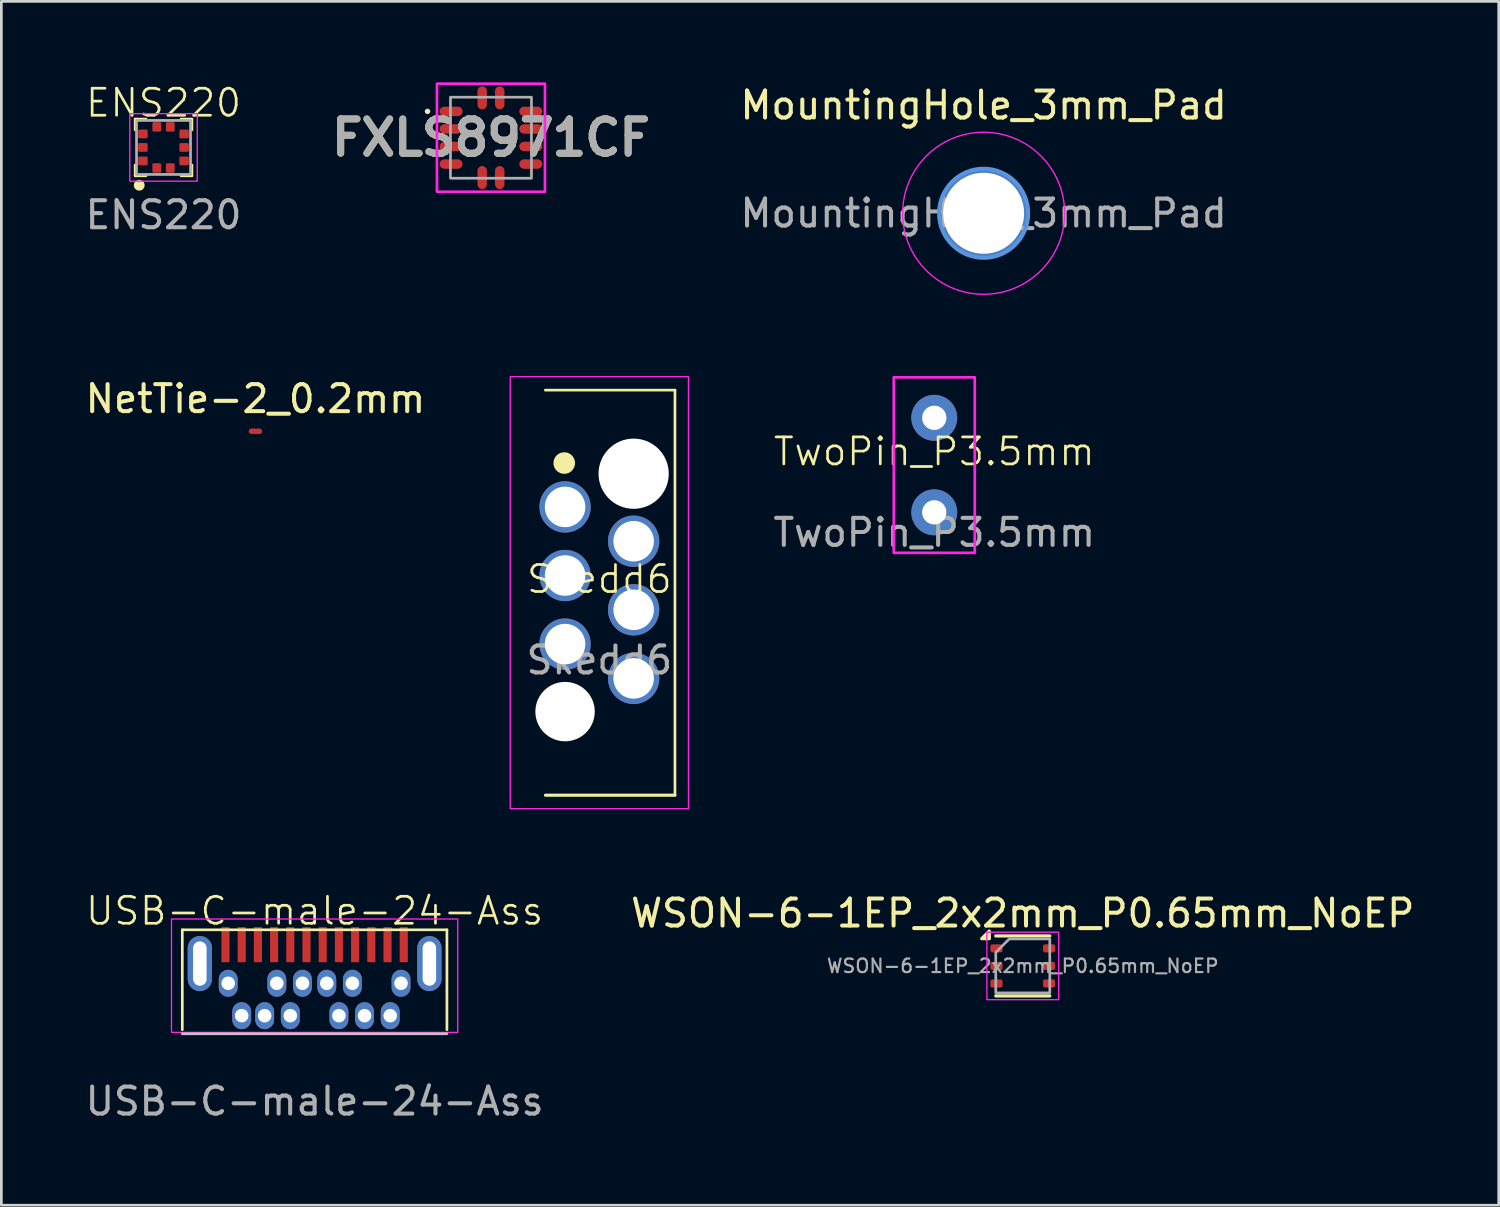
<source format=kicad_pcb>
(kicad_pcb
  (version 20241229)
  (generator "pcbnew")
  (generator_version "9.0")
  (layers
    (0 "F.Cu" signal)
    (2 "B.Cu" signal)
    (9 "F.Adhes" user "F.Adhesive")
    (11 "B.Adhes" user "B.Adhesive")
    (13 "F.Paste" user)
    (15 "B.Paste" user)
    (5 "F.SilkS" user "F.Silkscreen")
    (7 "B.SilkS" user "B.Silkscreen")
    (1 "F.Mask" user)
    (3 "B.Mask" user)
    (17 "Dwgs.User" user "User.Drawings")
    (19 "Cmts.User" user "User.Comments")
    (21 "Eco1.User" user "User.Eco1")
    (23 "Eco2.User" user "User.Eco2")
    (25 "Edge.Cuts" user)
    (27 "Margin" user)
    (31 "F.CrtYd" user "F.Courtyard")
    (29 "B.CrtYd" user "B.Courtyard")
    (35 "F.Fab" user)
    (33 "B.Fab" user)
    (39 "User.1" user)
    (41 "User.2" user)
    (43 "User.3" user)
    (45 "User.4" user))
  (footprint "TwoPin_P3.5mm"
    (layer "F.Cu")
    (at 31.549 14.173)
    (property "Reference" "TwoPin_P3.5mm" (at 0 -0.5 0) (unlocked yes) (layer "F.SilkS") (effects (font (size 1 1) (thickness 0.1))))
    (attr smd)
    (fp_rect (start -1.5 -3.25) (end 1.5 3.25) (stroke (width 0.1) (type default)) (fill no) (layer "F.CrtYd"))
    (fp_text user "${REFERENCE}" (at 0 2.5 0) (unlocked yes) (layer "F.Fab") (effects (font (size 1 1) (thickness 0.15))))
    (pad "1" thru_hole circle (at 0 -1.75) (size 1.7 1.7) (drill 0.9) (layers "*.Cu" "F.Mask" "F.Paste"))
    (pad "2" thru_hole circle (at 0 1.75) (size 1.7 1.7) (drill 0.9) (layers "*.Cu" "F.Mask" "F.Paste")))
  (footprint "ENS220"
    (layer "F.Cu")
    (at 3.006 2.41)
    (property "Reference" "ENS220" (at 0 -1.65 0) (unlocked yes) (layer "F.SilkS") (effects (font (size 1 1) (thickness 0.1))))
    (attr smd)
    (fp_line (start -1.05 -1.05) (end -0.65 -1.05) (stroke (width 0.1) (type default)) (layer "F.SilkS"))
    (fp_line (start -1.05 -0.65) (end -1.05 -1.05) (stroke (width 0.1) (type default)) (layer "F.SilkS"))
    (fp_line (start -1.05 1.05) (end -1.05 0.65) (stroke (width 0.1) (type default)) (layer "F.SilkS"))
    (fp_line (start -0.65 1.05) (end -1.05 1.05) (stroke (width 0.1) (type default)) (layer "F.SilkS"))
    (fp_line (start 0.65 -1.05) (end 1.05 -1.05) (stroke (width 0.1) (type default)) (layer "F.SilkS"))
    (fp_line (start 1.05 -1.05) (end 1.05 -0.65) (stroke (width 0.1) (type default)) (layer "F.SilkS"))
    (fp_line (start 1.05 0.65) (end 1.05 1.05) (stroke (width 0.1) (type default)) (layer "F.SilkS"))
    (fp_line (start 1.05 1.05) (end 0.65 1.05) (stroke (width 0.1) (type default)) (layer "F.SilkS"))
    (fp_circle (center -0.9 1.4) (end -0.9 1.2) (stroke (width 0) (type default)) (fill yes) (layer "F.SilkS"))
    (fp_rect (start -1.25 -1.25) (end 1.25 1.25) (stroke (width 0.05) (type default)) (fill no) (layer "F.CrtYd"))
    (fp_rect (start -1 -1) (end 1 1) (stroke (width 0.1) (type default)) (fill no) (layer "F.Fab"))
    (fp_text user "${REFERENCE}" (at 0 2.5 0) (unlocked yes) (layer "F.Fab") (effects (font (size 1 1) (thickness 0.15))))
    (pad "1" smd roundrect (at -0.25 0.762 90) (size 0.35 0.325) (layers "F.Cu" "F.Mask" "F.Paste") (roundrect_rratio 0.15))
    (pad "2" smd roundrect (at 0.25 0.762 90) (size 0.35 0.325) (layers "F.Cu" "F.Mask" "F.Paste") (roundrect_rratio 0.15))
    (pad "3" smd roundrect (at 0.762 0.5) (size 0.35 0.325) (layers "F.Cu" "F.Mask" "F.Paste") (roundrect_rratio 0.15))
    (pad "4" smd roundrect (at 0.762 0) (size 0.35 0.325) (layers "F.Cu" "F.Mask" "F.Paste") (roundrect_rratio 0.15))
    (pad "5" smd roundrect (at 0.762 -0.5) (size 0.35 0.325) (layers "F.Cu" "F.Mask" "F.Paste") (roundrect_rratio 0.15))
    (pad "6" smd roundrect (at 0.25 -0.762 90) (size 0.35 0.325) (layers "F.Cu" "F.Mask" "F.Paste") (roundrect_rratio 0.15))
    (pad "7" smd roundrect (at -0.25 -0.762 90) (size 0.35 0.325) (layers "F.Cu" "F.Mask" "F.Paste") (roundrect_rratio 0.15))
    (pad "8" smd roundrect (at -0.762 -0.5) (size 0.35 0.325) (layers "F.Cu" "F.Mask" "F.Paste") (roundrect_rratio 0.15))
    (pad "9" smd roundrect (at -0.762 0) (size 0.35 0.325) (layers "F.Cu" "F.Mask" "F.Paste") (roundrect_rratio 0.15))
    (pad "10" smd roundrect (at -0.762 0.5) (size 0.35 0.325) (layers "F.Cu" "F.Mask" "F.Paste") (roundrect_rratio 0.15)))
  (footprint "MountingHole_3mm_Pad"
    (layer "F.Cu")
    (at 33.377 4.848)
    (property "Reference" "MountingHole_3mm_Pad" (at 0 -4 0) (layer "F.SilkS") (effects (font (size 1 1) (thickness 0.15))))
    (attr exclude_from_pos_files exclude_from_bom)
    (fp_circle (center 0 0) (end 1.65 0) (stroke (width 0.15) (type solid)) (fill no) (layer "Cmts.User"))
    (fp_circle (center 0 0) (end 3 0) (stroke (width 0.05) (type solid)) (fill no) (layer "F.CrtYd"))
    (fp_text user "${REFERENCE}" (at 0 0 0) (layer "F.Fab") (effects (font (size 1 1) (thickness 0.15))))
    (pad "1" thru_hole circle (at 0 0) (size 3.3 3.3) (drill 3) (layers "*.Cu" "*.Mask")))
  (footprint "USB-C-male-24-Ass"
    (layer "F.Cu")
    (at 8.601 35.234)
    (property "Reference" "USB-C-male-24-Ass" (at 0 -4.55 0) (unlocked yes) (layer "F.SilkS") (effects (font (size 1 1) (thickness 0.1))))
    (attr through_hole)
    (fp_line (start -4.9 -3.85) (end 4.9 -3.85) (stroke (width 0.1) (type default)) (layer "F.SilkS"))
    (fp_line (start -4.9 -0.15) (end -4.9 -3.85) (stroke (width 0.1) (type default)) (layer "F.SilkS"))
    (fp_line (start 4.9 -3.85) (end 4.9 -0.15) (stroke (width 0.1) (type default)) (layer "F.SilkS"))
    (fp_line (start -4.9 0) (end 4.9 0) (stroke (width 0.1) (type default)) (layer "Dwgs.User"))
    (fp_rect (start -5.3 -4.25) (end 5.3 -0.05) (stroke (width 0.05) (type default)) (fill no) (layer "F.CrtYd"))
    (fp_line (start -3.8 -3.7) (end 3.8 -3.7) (stroke (width 0.1) (type default)) (layer "User.4"))
    (fp_text user "${REFERENCE}" (at 0 2.5 0) (unlocked yes) (layer "F.Fab") (effects (font (size 1 1) (thickness 0.15))))
    (pad "2" thru_hole oval (at -4.25 -2.6) (size 0.9 2.04) (drill oval 0.5 1.64) (layers "*.Cu" "*.Mask"))
    (pad "2" thru_hole oval (at 4.25 -2.6) (size 0.9 2.04) (drill oval 0.5 1.64) (layers "*.Cu" "*.Mask"))
    (pad "A1" smd rect (at 3.3 -3.3) (size 0.3 1.3) (layers "F.Cu" "F.Mask" "F.Paste"))
    (pad "A2" smd rect (at 2.7 -3.3) (size 0.3 1.3) (layers "F.Cu" "F.Mask" "F.Paste"))
    (pad "A3" smd rect (at 2.1 -3.3) (size 0.3 1.3) (layers "F.Cu" "F.Mask" "F.Paste"))
    (pad "A4" smd rect (at 1.5 -3.3) (size 0.3 1.3) (layers "F.Cu" "F.Mask" "F.Paste"))
    (pad "A5" smd rect (at 0.9 -3.3) (size 0.3 1.3) (layers "F.Cu" "F.Mask" "F.Paste"))
    (pad "A6" smd rect (at 0.3 -3.3) (size 0.3 1.3) (layers "F.Cu" "F.Mask" "F.Paste"))
    (pad "A7" smd rect (at -0.3 -3.3) (size 0.3 1.3) (layers "F.Cu" "F.Mask" "F.Paste"))
    (pad "A8" smd rect (at -0.9 -3.3) (size 0.3 1.3) (layers "F.Cu" "F.Mask" "F.Paste"))
    (pad "A9" smd rect (at -1.5 -3.3) (size 0.3 1.3) (layers "F.Cu" "F.Mask" "F.Paste"))
    (pad "A10" smd rect (at -2.1 -3.3) (size 0.3 1.3) (layers "F.Cu" "F.Mask" "F.Paste"))
    (pad "A11" smd rect (at -2.7 -3.3) (size 0.3 1.3) (layers "F.Cu" "F.Mask" "F.Paste"))
    (pad "A12" smd rect (at -3.3 -3.3) (size 0.3 1.3) (layers "F.Cu" "F.Mask" "F.Paste"))
    (pad "B1" thru_hole oval (at -3.2 -1.87) (size 0.7 1) (drill 0.5) (layers "*.Cu" "*.Mask"))
    (pad "B2" thru_hole oval (at -2.7 -0.67) (size 0.7 1) (drill 0.5) (layers "*.Cu" "*.Mask"))
    (pad "B3" thru_hole oval (at -1.85 -0.67) (size 0.7 1) (drill 0.5) (layers "*.Cu" "*.Mask"))
    (pad "B4" thru_hole oval (at -1.4 -1.87) (size 0.7 1) (drill 0.5) (layers "*.Cu" "*.Mask"))
    (pad "B5" thru_hole oval (at -0.9 -0.67) (size 0.7 1) (drill 0.5) (layers "*.Cu" "*.Mask"))
    (pad "B6" thru_hole oval (at -0.45 -1.87) (size 0.7 1) (drill 0.5) (layers "*.Cu" "*.Mask"))
    (pad "B7" thru_hole oval (at 0.45 -1.87) (size 0.7 1) (drill 0.5) (layers "*.Cu" "*.Mask"))
    (pad "B8" thru_hole oval (at 0.9 -0.67) (size 0.7 1) (drill 0.5) (layers "*.Cu" "*.Mask"))
    (pad "B9" thru_hole oval (at 1.4 -1.87) (size 0.7 1) (drill 0.5) (layers "*.Cu" "*.Mask"))
    (pad "B10" thru_hole oval (at 1.85 -0.67) (size 0.7 1) (drill 0.5) (layers "*.Cu" "*.Mask"))
    (pad "B11" thru_hole oval (at 2.8 -0.67) (size 0.7 1) (drill 0.5) (layers "*.Cu" "*.Mask"))
    (pad "B12" thru_hole oval (at 3.2 -1.87) (size 0.7 1) (drill 0.5) (layers "*.Cu" "*.Mask")))
  (footprint "FXLS8971CF"
    (layer "F.Cu")
    (at 15.132 2.05)
    (property "Reference" "FXLS8971CF" (at 0 0 0) (layer "F.SilkS") (effects (font (size 1.27 1.27) (thickness 0.254))))
    (attr smd)
    (fp_arc (start -2.4 -0.975) (mid -2.35 -1.025) (end -2.3 -0.975) (stroke (width 0.1) (type solid)) (layer "F.SilkS"))
    (fp_arc (start -2.3 -0.975) (mid -2.35 -0.925) (end -2.4 -0.975) (stroke (width 0.1) (type solid)) (layer "F.SilkS"))
    (fp_rect (start -2 -2) (end 2 2) (stroke (width 0.1) (type solid)) (fill no) (layer "F.CrtYd"))
    (fp_rect (start -1.5 -1.5) (end 1.5 1.5) (stroke (width 0.1) (type solid)) (fill no) (layer "F.Fab"))
    (fp_text user "${REFERENCE}" (at 0 0 0) (layer "F.Fab") (effects (font (size 1.27 1.27) (thickness 0.254))))
    (pad "1" smd oval (at -1.475 -0.975 90) (size 0.35 0.85) (layers "F.Cu" "F.Mask" "F.Paste"))
    (pad "2" smd oval (at -1.475 -0.325 90) (size 0.35 0.85) (layers "F.Cu" "F.Mask" "F.Paste"))
    (pad "3" smd oval (at -1.475 0.325 90) (size 0.35 0.85) (layers "F.Cu" "F.Mask" "F.Paste"))
    (pad "4" smd oval (at -1.475 0.975 90) (size 0.35 0.85) (layers "F.Cu" "F.Mask" "F.Paste"))
    (pad "5" smd oval (at -0.325 1.475) (size 0.35 0.85) (layers "F.Cu" "F.Mask" "F.Paste"))
    (pad "6" smd oval (at 0.325 1.475) (size 0.35 0.85) (layers "F.Cu" "F.Mask" "F.Paste"))
    (pad "7" smd oval (at 1.475 0.975 90) (size 0.35 0.85) (layers "F.Cu" "F.Mask" "F.Paste"))
    (pad "8" smd oval (at 1.475 0.325 90) (size 0.35 0.85) (layers "F.Cu" "F.Mask" "F.Paste"))
    (pad "9" smd oval (at 1.475 -0.325 90) (size 0.35 0.85) (layers "F.Cu" "F.Mask" "F.Paste"))
    (pad "10" smd oval (at 1.475 -0.975 90) (size 0.35 0.85) (layers "F.Cu" "F.Mask" "F.Paste"))
    (pad "11" smd oval (at 0.325 -1.475) (size 0.35 0.85) (layers "F.Cu" "F.Mask" "F.Paste"))
    (pad "12" smd oval (at -0.325 -1.475) (size 0.35 0.85) (layers "F.Cu" "F.Mask" "F.Paste"))
    (zone (net_name "") (layers "F.Cu" "F.SilkS") (hatch edge 0.5) (connect_pads) (min_thickness 0.25) (filled_areas_thickness no) (keepout (tracks not_allowed) (vias not_allowed) (pads not_allowed) (copperpour not_allowed) (footprints allowed)) (placement (enabled no)) (fill) (polygon (pts (xy 14.232 1.05) (xy 14.232 3.05) (xy 16.032 3.05) (xy 16.032 1.05)))))
  (footprint "NetTie-2_0.2mm"
    (layer "F.Cu")
    (at 6.411 12.921)
    (property "Reference" "NetTie-2_0.2mm" (at 0 -1.2 0) (layer "F.SilkS") (effects (font (size 1 1) (thickness 0.15))))
    (attr exclude_from_pos_files exclude_from_bom allow_missing_courtyard)
    (fp_poly (pts (xy -0.15 -0.1) (xy 0.15 -0.1) (xy 0.15 0.1) (xy -0.15 0.1)) (stroke (width 0) (type solid)) (fill yes) (layer "F.Cu"))
    (pad "1" smd circle (at -0.15 0) (size 0.2 0.2) (layers "F.Cu"))
    (pad "2" smd circle (at 0.15 0) (size 0.2 0.2) (layers "F.Cu")))
  (footprint "Skedd6"
    (layer "F.Cu")
    (at 19.146 18.898)
    (property "Reference" "Skedd6" (at 0 -0.5 0) (unlocked yes) (layer "F.SilkS") (effects (font (size 1 1) (thickness 0.1))))
    (attr smd)
    (fp_line (start -2 7.5) (end 2.8 7.5) (stroke (width 0.1) (type default)) (layer "F.SilkS"))
    (fp_line (start 2.8 -7.5) (end -2 -7.5) (stroke (width 0.1) (type default)) (layer "F.SilkS"))
    (fp_line (start 2.8 7.5) (end -2 7.5) (stroke (width 0.1) (type default)) (layer "F.SilkS"))
    (fp_line (start 2.8 7.5) (end 2.8 -7.5) (stroke (width 0.1) (type default)) (layer "F.SilkS"))
    (fp_circle (center -1.3 -4.8) (end -1.3 -4.4) (stroke (width 0) (type default)) (fill yes) (layer "F.SilkS"))
    (fp_rect (start -3.3 -8) (end 3.3 8) (stroke (width 0.05) (type default)) (fill no) (layer "F.CrtYd"))
    (fp_rect (start -2.8 -7.5) (end 2.8 7.5) (stroke (width 0.1) (type default)) (fill no) (layer "User.1"))
    (fp_text user "${REFERENCE}" (at 0 2.5 0) (unlocked yes) (layer "F.Fab") (effects (font (size 1 1) (thickness 0.15))))
    (pad "" np_thru_hole circle (at -1.27 4.405) (size 2.2 2.2) (drill 2.2) (layers "F.Cu" "F.Mask" "F.Paste"))
    (pad "" np_thru_hole circle (at 1.27 -4.405) (size 2.6 2.6) (drill 2.6) (layers "F.Cu" "F.Mask" "F.Paste"))
    (pad "1" thru_hole circle (at -1.27 -3.175) (size 1.9 1.9) (drill 1.5) (layers "*.Cu" "F.Mask" "F.Paste"))
    (pad "2" thru_hole circle (at 1.27 -1.905) (size 1.9 1.9) (drill 1.5) (layers "*.Cu" "F.Mask" "F.Paste"))
    (pad "3" thru_hole circle (at -1.27 -0.635) (size 1.9 1.9) (drill 1.5) (layers "*.Cu" "F.Mask" "F.Paste"))
    (pad "4" thru_hole circle (at 1.27 0.635) (size 1.9 1.9) (drill 1.5) (layers "*.Cu" "F.Mask" "F.Paste"))
    (pad "5" thru_hole circle (at -1.27 1.905) (size 1.9 1.9) (drill 1.5) (layers "*.Cu" "F.Mask" "F.Paste"))
    (pad "6" thru_hole circle (at 1.27 3.175) (size 1.9 1.9) (drill 1.5) (layers "*.Cu" "F.Mask" "F.Paste")))
  (footprint "WSON-6-1EP_2x2mm_P0.65mm_NoEP"
    (layer "F.Cu")
    (at 34.827 32.721)
    (property "Reference" "WSON-6-1EP_2x2mm_P0.65mm_NoEP" (at 0 -1.95 0) (layer "F.SilkS") (effects (font (size 1 1) (thickness 0.15))))
    (attr smd)
    (fp_line (start -1 -1.11) (end 1 -1.11) (stroke (width 0.12) (type solid)) (layer "F.SilkS"))
    (fp_line (start -1 1.11) (end 1 1.11) (stroke (width 0.12) (type solid)) (layer "F.SilkS"))
    (fp_poly (pts (xy -1.24 -1.01) (xy -1.52 -1.01) (xy -1.24 -1.29)) (stroke (width 0.12) (type solid)) (fill yes) (layer "F.SilkS"))
    (fp_rect (start -1.33 -1.25) (end 1.33 1.25) (stroke (width 0.05) (type solid)) (fill no) (layer "F.CrtYd"))
    (fp_poly (pts (xy -1 -0.5) (xy -1 1) (xy 1 1) (xy 1 -1) (xy -0.5 -1)) (stroke (width 0.1) (type solid)) (fill no) (layer "F.Fab"))
    (fp_text user "${REFERENCE}" (at 0 0 0) (layer "F.Fab") (effects (font (size 0.5 0.5) (thickness 0.08))))
    (pad "1" smd roundrect (at -0.975 -0.65) (size 0.45 0.3) (layers "F.Cu" "F.Mask" "F.Paste") (roundrect_rratio 0.25))
    (pad "2" smd roundrect (at -0.975 0) (size 0.45 0.3) (layers "F.Cu" "F.Mask" "F.Paste") (roundrect_rratio 0.25))
    (pad "3" smd roundrect (at -0.975 0.65) (size 0.45 0.3) (layers "F.Cu" "F.Mask" "F.Paste") (roundrect_rratio 0.25))
    (pad "4" smd roundrect (at 0.975 0.65) (size 0.45 0.3) (layers "F.Cu" "F.Mask" "F.Paste") (roundrect_rratio 0.25))
    (pad "5" smd roundrect (at 0.975 0) (size 0.45 0.3) (layers "F.Cu" "F.Mask" "F.Paste") (roundrect_rratio 0.25))
    (pad "6" smd roundrect (at 0.975 -0.65) (size 0.45 0.3) (layers "F.Cu" "F.Mask" "F.Paste") (roundrect_rratio 0.25))
    (zone (net_name "") (layer "F.Cu") (hatch edge 0.5) (connect_pads) (min_thickness 0.25) (filled_areas_thickness no) (keepout (tracks not_allowed) (vias not_allowed) (pads not_allowed) (copperpour not_allowed) (footprints allowed)) (placement (enabled no)) (fill) (polygon (pts (xy 34.227 31.822) (xy 35.427 31.822) (xy 35.427 33.621) (xy 34.227 33.621)))))
  (gr_rect
    (start -3 -3)
    (end 52.452 41.582)
    (stroke (width 0.1) (type default))
    (fill no)
    (layer "Edge.Cuts")))
</source>
